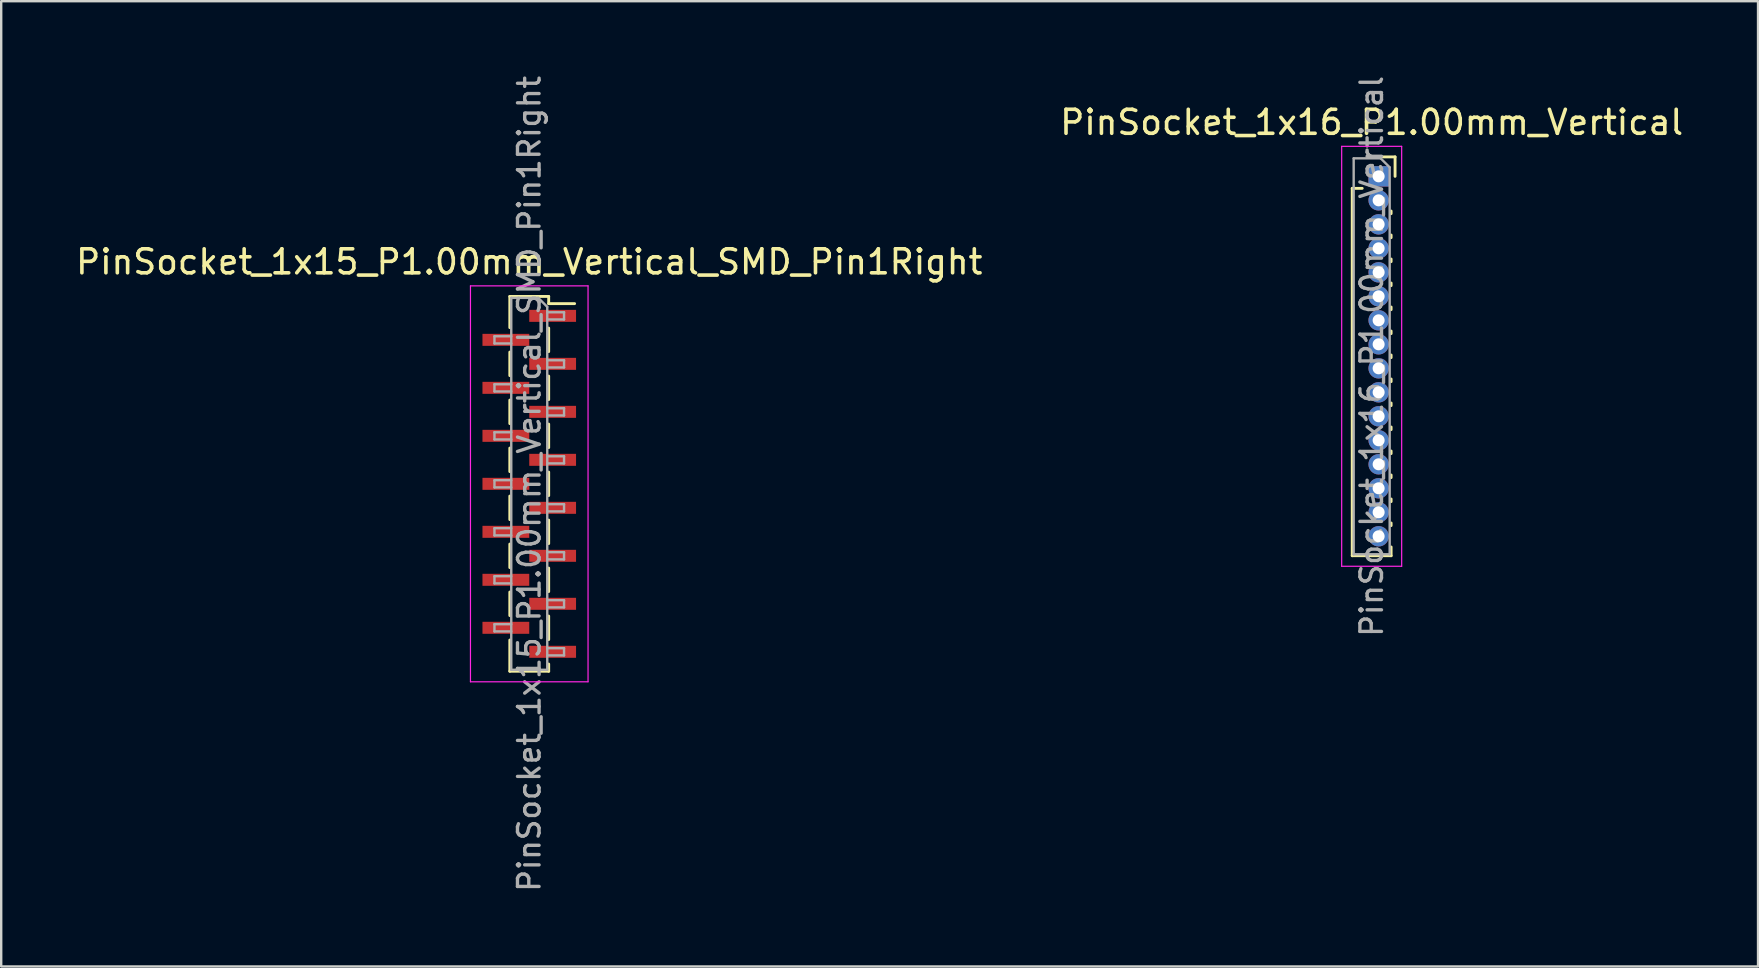
<source format=kicad_pcb>
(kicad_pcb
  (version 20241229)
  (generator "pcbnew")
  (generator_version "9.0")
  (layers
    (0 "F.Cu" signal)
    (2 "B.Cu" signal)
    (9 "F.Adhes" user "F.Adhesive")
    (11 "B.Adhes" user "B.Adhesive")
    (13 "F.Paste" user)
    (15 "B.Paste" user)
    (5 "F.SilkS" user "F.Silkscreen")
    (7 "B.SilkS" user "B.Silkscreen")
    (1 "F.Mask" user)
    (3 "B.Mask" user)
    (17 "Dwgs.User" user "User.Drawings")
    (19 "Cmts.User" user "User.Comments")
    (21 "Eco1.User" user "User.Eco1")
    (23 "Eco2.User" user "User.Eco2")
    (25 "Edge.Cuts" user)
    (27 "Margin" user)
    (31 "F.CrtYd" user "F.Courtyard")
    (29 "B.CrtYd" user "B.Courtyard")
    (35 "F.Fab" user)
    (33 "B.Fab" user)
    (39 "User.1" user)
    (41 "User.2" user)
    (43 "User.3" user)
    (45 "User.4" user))
  (footprint "PinSocket_1x15_P1.00mm_Vertical_SMD_Pin1Right"
    (layer "F.Cu")
    (at 19.006 17.113)
    (property "Reference" "PinSocket_1x15_P1.00mm_Vertical_SMD_Pin1Right" (at 0 -9.25 0) (layer "F.SilkS") (effects (font (size 1 1) (thickness 0.15))))
    (attr smd)
    (fp_line (start -0.81 -7.81) (end -0.81 -6.51) (stroke (width 0.12) (type solid)) (layer "F.SilkS"))
    (fp_line (start -0.81 -7.81) (end 0.81 -7.81) (stroke (width 0.12) (type solid)) (layer "F.SilkS"))
    (fp_line (start -0.81 -5.49) (end -0.81 -4.51) (stroke (width 0.12) (type solid)) (layer "F.SilkS"))
    (fp_line (start -0.81 -3.49) (end -0.81 -2.51) (stroke (width 0.12) (type solid)) (layer "F.SilkS"))
    (fp_line (start -0.81 -1.49) (end -0.81 -0.51) (stroke (width 0.12) (type solid)) (layer "F.SilkS"))
    (fp_line (start -0.81 0.51) (end -0.81 1.49) (stroke (width 0.12) (type solid)) (layer "F.SilkS"))
    (fp_line (start -0.81 2.51) (end -0.81 3.49) (stroke (width 0.12) (type solid)) (layer "F.SilkS"))
    (fp_line (start -0.81 4.51) (end -0.81 5.49) (stroke (width 0.12) (type solid)) (layer "F.SilkS"))
    (fp_line (start -0.81 6.51) (end -0.81 7.81) (stroke (width 0.12) (type solid)) (layer "F.SilkS"))
    (fp_line (start -0.81 7.81) (end 0.81 7.81) (stroke (width 0.12) (type solid)) (layer "F.SilkS"))
    (fp_line (start 0.81 -7.81) (end 0.81 -7.51) (stroke (width 0.12) (type solid)) (layer "F.SilkS"))
    (fp_line (start 0.81 -7.51) (end 1.89 -7.51) (stroke (width 0.12) (type solid)) (layer "F.SilkS"))
    (fp_line (start 0.81 -6.49) (end 0.81 -5.51) (stroke (width 0.12) (type solid)) (layer "F.SilkS"))
    (fp_line (start 0.81 -4.49) (end 0.81 -3.51) (stroke (width 0.12) (type solid)) (layer "F.SilkS"))
    (fp_line (start 0.81 -2.49) (end 0.81 -1.51) (stroke (width 0.12) (type solid)) (layer "F.SilkS"))
    (fp_line (start 0.81 -0.49) (end 0.81 0.49) (stroke (width 0.12) (type solid)) (layer "F.SilkS"))
    (fp_line (start 0.81 1.51) (end 0.81 2.49) (stroke (width 0.12) (type solid)) (layer "F.SilkS"))
    (fp_line (start 0.81 3.51) (end 0.81 4.49) (stroke (width 0.12) (type solid)) (layer "F.SilkS"))
    (fp_line (start 0.81 5.51) (end 0.81 6.49) (stroke (width 0.12) (type solid)) (layer "F.SilkS"))
    (fp_line (start 0.81 7.51) (end 0.81 7.81) (stroke (width 0.12) (type solid)) (layer "F.SilkS"))
    (fp_line (start -2.45 -8.25) (end 2.45 -8.25) (stroke (width 0.05) (type solid)) (layer "F.CrtYd"))
    (fp_line (start -2.45 8.25) (end -2.45 -8.25) (stroke (width 0.05) (type solid)) (layer "F.CrtYd"))
    (fp_line (start 2.45 -8.25) (end 2.45 8.25) (stroke (width 0.05) (type solid)) (layer "F.CrtYd"))
    (fp_line (start 2.45 8.25) (end -2.45 8.25) (stroke (width 0.05) (type solid)) (layer "F.CrtYd"))
    (fp_line (start -1.45 -6.15) (end -0.75 -6.15) (stroke (width 0.1) (type solid)) (layer "F.Fab"))
    (fp_line (start -1.45 -5.85) (end -1.45 -6.15) (stroke (width 0.1) (type solid)) (layer "F.Fab"))
    (fp_line (start -1.45 -4.15) (end -0.75 -4.15) (stroke (width 0.1) (type solid)) (layer "F.Fab"))
    (fp_line (start -1.45 -3.85) (end -1.45 -4.15) (stroke (width 0.1) (type solid)) (layer "F.Fab"))
    (fp_line (start -1.45 -2.15) (end -0.75 -2.15) (stroke (width 0.1) (type solid)) (layer "F.Fab"))
    (fp_line (start -1.45 -1.85) (end -1.45 -2.15) (stroke (width 0.1) (type solid)) (layer "F.Fab"))
    (fp_line (start -1.45 -0.15) (end -0.75 -0.15) (stroke (width 0.1) (type solid)) (layer "F.Fab"))
    (fp_line (start -1.45 0.15) (end -1.45 -0.15) (stroke (width 0.1) (type solid)) (layer "F.Fab"))
    (fp_line (start -1.45 1.85) (end -0.75 1.85) (stroke (width 0.1) (type solid)) (layer "F.Fab"))
    (fp_line (start -1.45 2.15) (end -1.45 1.85) (stroke (width 0.1) (type solid)) (layer "F.Fab"))
    (fp_line (start -1.45 3.85) (end -0.75 3.85) (stroke (width 0.1) (type solid)) (layer "F.Fab"))
    (fp_line (start -1.45 4.15) (end -1.45 3.85) (stroke (width 0.1) (type solid)) (layer "F.Fab"))
    (fp_line (start -1.45 5.85) (end -0.75 5.85) (stroke (width 0.1) (type solid)) (layer "F.Fab"))
    (fp_line (start -1.45 6.15) (end -1.45 5.85) (stroke (width 0.1) (type solid)) (layer "F.Fab"))
    (fp_line (start -0.75 -7.75) (end 0.375 -7.75) (stroke (width 0.1) (type solid)) (layer "F.Fab"))
    (fp_line (start -0.75 -5.85) (end -1.45 -5.85) (stroke (width 0.1) (type solid)) (layer "F.Fab"))
    (fp_line (start -0.75 -3.85) (end -1.45 -3.85) (stroke (width 0.1) (type solid)) (layer "F.Fab"))
    (fp_line (start -0.75 -1.85) (end -1.45 -1.85) (stroke (width 0.1) (type solid)) (layer "F.Fab"))
    (fp_line (start -0.75 0.15) (end -1.45 0.15) (stroke (width 0.1) (type solid)) (layer "F.Fab"))
    (fp_line (start -0.75 2.15) (end -1.45 2.15) (stroke (width 0.1) (type solid)) (layer "F.Fab"))
    (fp_line (start -0.75 4.15) (end -1.45 4.15) (stroke (width 0.1) (type solid)) (layer "F.Fab"))
    (fp_line (start -0.75 6.15) (end -1.45 6.15) (stroke (width 0.1) (type solid)) (layer "F.Fab"))
    (fp_line (start -0.75 7.75) (end -0.75 -7.75) (stroke (width 0.1) (type solid)) (layer "F.Fab"))
    (fp_line (start 0.375 -7.75) (end 0.75 -7.375) (stroke (width 0.1) (type solid)) (layer "F.Fab"))
    (fp_line (start 0.75 -7.375) (end 0.75 7.75) (stroke (width 0.1) (type solid)) (layer "F.Fab"))
    (fp_line (start 0.75 -7.15) (end 1.45 -7.15) (stroke (width 0.1) (type solid)) (layer "F.Fab"))
    (fp_line (start 0.75 -5.15) (end 1.45 -5.15) (stroke (width 0.1) (type solid)) (layer "F.Fab"))
    (fp_line (start 0.75 -3.15) (end 1.45 -3.15) (stroke (width 0.1) (type solid)) (layer "F.Fab"))
    (fp_line (start 0.75 -1.15) (end 1.45 -1.15) (stroke (width 0.1) (type solid)) (layer "F.Fab"))
    (fp_line (start 0.75 0.85) (end 1.45 0.85) (stroke (width 0.1) (type solid)) (layer "F.Fab"))
    (fp_line (start 0.75 2.85) (end 1.45 2.85) (stroke (width 0.1) (type solid)) (layer "F.Fab"))
    (fp_line (start 0.75 4.85) (end 1.45 4.85) (stroke (width 0.1) (type solid)) (layer "F.Fab"))
    (fp_line (start 0.75 6.85) (end 1.45 6.85) (stroke (width 0.1) (type solid)) (layer "F.Fab"))
    (fp_line (start 0.75 7.75) (end -0.75 7.75) (stroke (width 0.1) (type solid)) (layer "F.Fab"))
    (fp_line (start 1.45 -7.15) (end 1.45 -6.85) (stroke (width 0.1) (type solid)) (layer "F.Fab"))
    (fp_line (start 1.45 -6.85) (end 0.75 -6.85) (stroke (width 0.1) (type solid)) (layer "F.Fab"))
    (fp_line (start 1.45 -5.15) (end 1.45 -4.85) (stroke (width 0.1) (type solid)) (layer "F.Fab"))
    (fp_line (start 1.45 -4.85) (end 0.75 -4.85) (stroke (width 0.1) (type solid)) (layer "F.Fab"))
    (fp_line (start 1.45 -3.15) (end 1.45 -2.85) (stroke (width 0.1) (type solid)) (layer "F.Fab"))
    (fp_line (start 1.45 -2.85) (end 0.75 -2.85) (stroke (width 0.1) (type solid)) (layer "F.Fab"))
    (fp_line (start 1.45 -1.15) (end 1.45 -0.85) (stroke (width 0.1) (type solid)) (layer "F.Fab"))
    (fp_line (start 1.45 -0.85) (end 0.75 -0.85) (stroke (width 0.1) (type solid)) (layer "F.Fab"))
    (fp_line (start 1.45 0.85) (end 1.45 1.15) (stroke (width 0.1) (type solid)) (layer "F.Fab"))
    (fp_line (start 1.45 1.15) (end 0.75 1.15) (stroke (width 0.1) (type solid)) (layer "F.Fab"))
    (fp_line (start 1.45 2.85) (end 1.45 3.15) (stroke (width 0.1) (type solid)) (layer "F.Fab"))
    (fp_line (start 1.45 3.15) (end 0.75 3.15) (stroke (width 0.1) (type solid)) (layer "F.Fab"))
    (fp_line (start 1.45 4.85) (end 1.45 5.15) (stroke (width 0.1) (type solid)) (layer "F.Fab"))
    (fp_line (start 1.45 5.15) (end 0.75 5.15) (stroke (width 0.1) (type solid)) (layer "F.Fab"))
    (fp_line (start 1.45 6.85) (end 1.45 7.15) (stroke (width 0.1) (type solid)) (layer "F.Fab"))
    (fp_line (start 1.45 7.15) (end 0.75 7.15) (stroke (width 0.1) (type solid)) (layer "F.Fab"))
    (fp_text user "${REFERENCE}" (at 0 0 90) (layer "F.Fab") (effects (font (size 0.9 0.9) (thickness 0.14))))
    (pad "1" smd rect (at 0.975 -7) (size 1.95 0.5) (layers "F.Cu" "F.Mask" "F.Paste"))
    (pad "2" smd rect (at -0.975 -6) (size 1.95 0.5) (layers "F.Cu" "F.Mask" "F.Paste"))
    (pad "3" smd rect (at 0.975 -5) (size 1.95 0.5) (layers "F.Cu" "F.Mask" "F.Paste"))
    (pad "4" smd rect (at -0.975 -4) (size 1.95 0.5) (layers "F.Cu" "F.Mask" "F.Paste"))
    (pad "5" smd rect (at 0.975 -3) (size 1.95 0.5) (layers "F.Cu" "F.Mask" "F.Paste"))
    (pad "6" smd rect (at -0.975 -2) (size 1.95 0.5) (layers "F.Cu" "F.Mask" "F.Paste"))
    (pad "7" smd rect (at 0.975 -1) (size 1.95 0.5) (layers "F.Cu" "F.Mask" "F.Paste"))
    (pad "8" smd rect (at -0.975 0) (size 1.95 0.5) (layers "F.Cu" "F.Mask" "F.Paste"))
    (pad "9" smd rect (at 0.975 1) (size 1.95 0.5) (layers "F.Cu" "F.Mask" "F.Paste"))
    (pad "10" smd rect (at -0.975 2) (size 1.95 0.5) (layers "F.Cu" "F.Mask" "F.Paste"))
    (pad "11" smd rect (at 0.975 3) (size 1.95 0.5) (layers "F.Cu" "F.Mask" "F.Paste"))
    (pad "12" smd rect (at -0.975 4) (size 1.95 0.5) (layers "F.Cu" "F.Mask" "F.Paste"))
    (pad "13" smd rect (at 0.975 5) (size 1.95 0.5) (layers "F.Cu" "F.Mask" "F.Paste"))
    (pad "14" smd rect (at -0.975 6) (size 1.95 0.5) (layers "F.Cu" "F.Mask" "F.Paste"))
    (pad "15" smd rect (at 0.975 7) (size 1.95 0.5) (layers "F.Cu" "F.Mask" "F.Paste")))
  (footprint "PinSocket_1x16_P1.00mm_Vertical"
    (layer "F.Cu")
    (at 54.403 4.299)
    (property "Reference" "PinSocket_1x16_P1.00mm_Vertical" (at -0.29 -2.25 0) (layer "F.SilkS") (effects (font (size 1 1) (thickness 0.15))))
    (attr through_hole)
    (fp_line (start -1.1 0.5) (end -1.1 15.81) (stroke (width 0.12) (type solid)) (layer "F.SilkS"))
    (fp_line (start -1.1 0.5) (end -0.685 0.5) (stroke (width 0.12) (type solid)) (layer "F.SilkS"))
    (fp_line (start -1.1 15.81) (end 0.52 15.81) (stroke (width 0.12) (type solid)) (layer "F.SilkS"))
    (fp_line (start 0 -0.81) (end 0.685 -0.81) (stroke (width 0.12) (type solid)) (layer "F.SilkS"))
    (fp_line (start 0.52 1.446) (end 0.52 1.554) (stroke (width 0.12) (type solid)) (layer "F.SilkS"))
    (fp_line (start 0.52 2.446) (end 0.52 2.554) (stroke (width 0.12) (type solid)) (layer "F.SilkS"))
    (fp_line (start 0.52 3.446) (end 0.52 3.554) (stroke (width 0.12) (type solid)) (layer "F.SilkS"))
    (fp_line (start 0.52 4.446) (end 0.52 4.554) (stroke (width 0.12) (type solid)) (layer "F.SilkS"))
    (fp_line (start 0.52 5.446) (end 0.52 5.554) (stroke (width 0.12) (type solid)) (layer "F.SilkS"))
    (fp_line (start 0.52 6.446) (end 0.52 6.554) (stroke (width 0.12) (type solid)) (layer "F.SilkS"))
    (fp_line (start 0.52 7.446) (end 0.52 7.554) (stroke (width 0.12) (type solid)) (layer "F.SilkS"))
    (fp_line (start 0.52 8.446) (end 0.52 8.554) (stroke (width 0.12) (type solid)) (layer "F.SilkS"))
    (fp_line (start 0.52 9.446) (end 0.52 9.554) (stroke (width 0.12) (type solid)) (layer "F.SilkS"))
    (fp_line (start 0.52 10.446) (end 0.52 10.554) (stroke (width 0.12) (type solid)) (layer "F.SilkS"))
    (fp_line (start 0.52 11.446) (end 0.52 11.554) (stroke (width 0.12) (type solid)) (layer "F.SilkS"))
    (fp_line (start 0.52 12.446) (end 0.52 12.554) (stroke (width 0.12) (type solid)) (layer "F.SilkS"))
    (fp_line (start 0.52 13.446) (end 0.52 13.554) (stroke (width 0.12) (type solid)) (layer "F.SilkS"))
    (fp_line (start 0.52 14.446) (end 0.52 14.554) (stroke (width 0.12) (type solid)) (layer "F.SilkS"))
    (fp_line (start 0.52 15.446) (end 0.52 15.81) (stroke (width 0.12) (type solid)) (layer "F.SilkS"))
    (fp_line (start 0.685 -0.81) (end 0.685 0) (stroke (width 0.12) (type solid)) (layer "F.SilkS"))
    (fp_line (start -1.54 -1.25) (end 0.96 -1.25) (stroke (width 0.05) (type solid)) (layer "F.CrtYd"))
    (fp_line (start -1.54 16.25) (end -1.54 -1.25) (stroke (width 0.05) (type solid)) (layer "F.CrtYd"))
    (fp_line (start 0.96 -1.25) (end 0.96 16.25) (stroke (width 0.05) (type solid)) (layer "F.CrtYd"))
    (fp_line (start 0.96 16.25) (end -1.54 16.25) (stroke (width 0.05) (type solid)) (layer "F.CrtYd"))
    (fp_line (start -1.04 -0.75) (end 0.085 -0.75) (stroke (width 0.1) (type solid)) (layer "F.Fab"))
    (fp_line (start -1.04 15.75) (end -1.04 -0.75) (stroke (width 0.1) (type solid)) (layer "F.Fab"))
    (fp_line (start 0.085 -0.75) (end 0.46 -0.375) (stroke (width 0.1) (type solid)) (layer "F.Fab"))
    (fp_line (start 0.46 -0.375) (end 0.46 15.75) (stroke (width 0.1) (type solid)) (layer "F.Fab"))
    (fp_line (start 0.46 15.75) (end -1.04 15.75) (stroke (width 0.1) (type solid)) (layer "F.Fab"))
    (fp_text user "${REFERENCE}" (at -0.29 7.5 90) (layer "F.Fab") (effects (font (size 0.9 0.9) (thickness 0.14))))
    (pad "1" thru_hole rect (at 0 0) (size 0.85 0.85) (drill 0.5) (layers "*.Cu" "*.Mask"))
    (pad "2" thru_hole oval (at 0 1) (size 0.85 0.85) (drill 0.5) (layers "*.Cu" "*.Mask"))
    (pad "3" thru_hole oval (at 0 2) (size 0.85 0.85) (drill 0.5) (layers "*.Cu" "*.Mask"))
    (pad "4" thru_hole oval (at 0 3) (size 0.85 0.85) (drill 0.5) (layers "*.Cu" "*.Mask"))
    (pad "5" thru_hole oval (at 0 4) (size 0.85 0.85) (drill 0.5) (layers "*.Cu" "*.Mask"))
    (pad "6" thru_hole oval (at 0 5) (size 0.85 0.85) (drill 0.5) (layers "*.Cu" "*.Mask"))
    (pad "7" thru_hole oval (at 0 6) (size 0.85 0.85) (drill 0.5) (layers "*.Cu" "*.Mask"))
    (pad "8" thru_hole oval (at 0 7) (size 0.85 0.85) (drill 0.5) (layers "*.Cu" "*.Mask"))
    (pad "9" thru_hole oval (at 0 8) (size 0.85 0.85) (drill 0.5) (layers "*.Cu" "*.Mask"))
    (pad "10" thru_hole oval (at 0 9) (size 0.85 0.85) (drill 0.5) (layers "*.Cu" "*.Mask"))
    (pad "11" thru_hole oval (at 0 10) (size 0.85 0.85) (drill 0.5) (layers "*.Cu" "*.Mask"))
    (pad "12" thru_hole oval (at 0 11) (size 0.85 0.85) (drill 0.5) (layers "*.Cu" "*.Mask"))
    (pad "13" thru_hole oval (at 0 12) (size 0.85 0.85) (drill 0.5) (layers "*.Cu" "*.Mask"))
    (pad "14" thru_hole oval (at 0 13) (size 0.85 0.85) (drill 0.5) (layers "*.Cu" "*.Mask"))
    (pad "15" thru_hole oval (at 0 14) (size 0.85 0.85) (drill 0.5) (layers "*.Cu" "*.Mask"))
    (pad "16" thru_hole oval (at 0 15) (size 0.85 0.85) (drill 0.5) (layers "*.Cu" "*.Mask")))
  (gr_rect
    (start -3 -3)
    (end 70.214 37.226)
    (stroke (width 0.1) (type default))
    (fill no)
    (layer "Edge.Cuts")))
</source>
